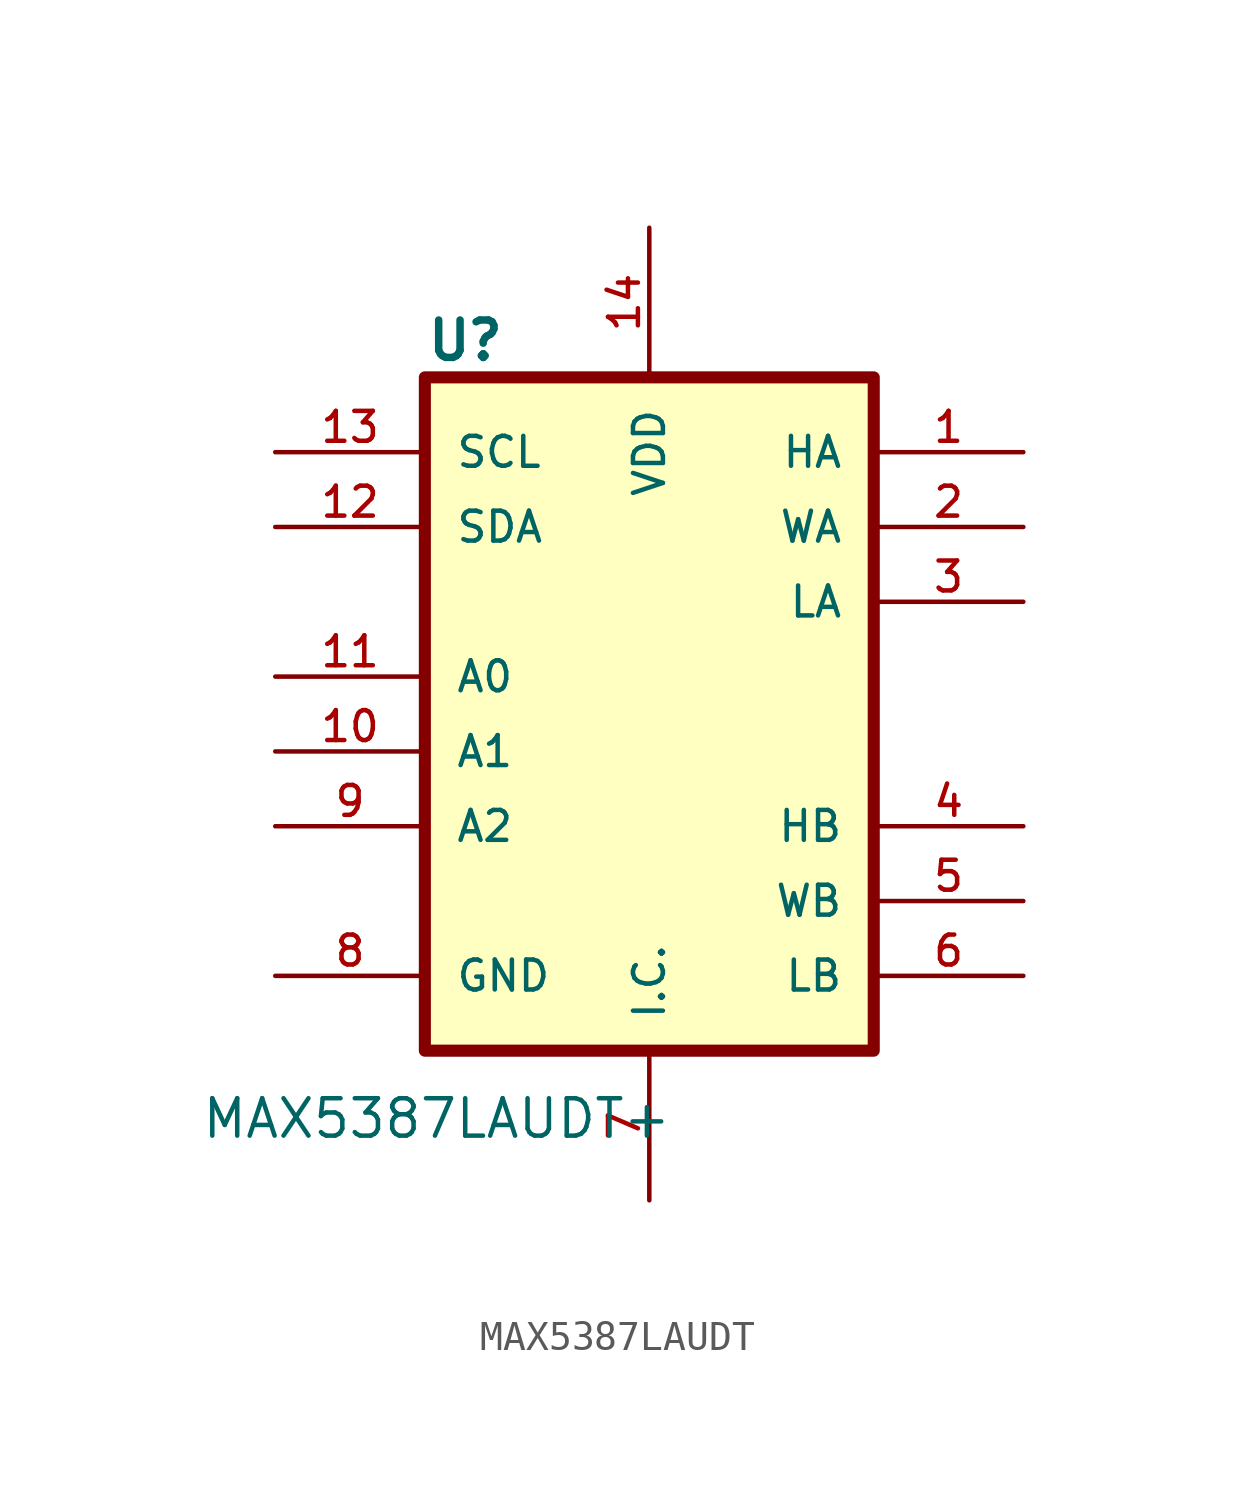
<source format=kicad_sym>
(kicad_symbol_lib
  (version 20220914)
  (generator kicad_symbol_editor)
  (symbol "MAX5387LAUDT"
    (pin_names
      (offset 1.016))
    (property "Reference" "U"
      (at -7.62 13.208 0)
      (do_not_autoplace)
      (effects (font (size 1.27 1.27) bold) (justify left bottom)))
    (property "Value" "MAX5387LAUDT+"
      (at -15.24 -13.208 0)
      (do_not_autoplace)
      (effects (font (size 1.27 1.27)) (justify left bottom)))
    (symbol "MAX5387LAUDT_0_0"
      (rectangle (start -7.62 12.7) (end 7.62 -10.16) (stroke (width 0.41) (type default)) (fill (type background)))
      (pin bidirectional line (at 12.7 10.16 180) (length 5.08) (name "HA" (effects (font (size 1.016 1.016)))) (number "1" (effects (font (size 1.016 1.016)))))
      (pin input line (at -12.7 0 0) (length 5.08) (name "A1" (effects (font (size 1.016 1.016)))) (number "10" (effects (font (size 1.016 1.016)))))
      (pin input line (at -12.7 2.54 0) (length 5.08) (name "A0" (effects (font (size 1.016 1.016)))) (number "11" (effects (font (size 1.016 1.016)))))
      (pin bidirectional line (at -12.7 7.62 0) (length 5.08) (name "SDA" (effects (font (size 1.016 1.016)))) (number "12" (effects (font (size 1.016 1.016)))))
      (pin input line (at -12.7 10.16 0) (length 5.08) (name "SCL" (effects (font (size 1.016 1.016)))) (number "13" (effects (font (size 1.016 1.016)))))
      (pin power_in line (at 0 17.78 270) (length 5.08) (name "VDD" (effects (font (size 1.016 1.016)))) (number "14" (effects (font (size 1.016 1.016)))))
      (pin bidirectional line (at 12.7 7.62 180) (length 5.08) (name "WA" (effects (font (size 1.016 1.016)))) (number "2" (effects (font (size 1.016 1.016)))))
      (pin bidirectional line (at 12.7 5.08 180) (length 5.08) (name "LA" (effects (font (size 1.016 1.016)))) (number "3" (effects (font (size 1.016 1.016)))))
      (pin bidirectional line (at 12.7 -2.54 180) (length 5.08) (name "HB" (effects (font (size 1.016 1.016)))) (number "4" (effects (font (size 1.016 1.016)))))
      (pin bidirectional line (at 12.7 -5.08 180) (length 5.08) (name "WB" (effects (font (size 1.016 1.016)))) (number "5" (effects (font (size 1.016 1.016)))))
      (pin bidirectional line (at 12.7 -7.62 180) (length 5.08) (name "LB" (effects (font (size 1.016 1.016)))) (number "6" (effects (font (size 1.016 1.016)))))
      (pin bidirectional line (at 0 -15.24 90) (length 5.08) (name "I.C." (effects (font (size 1.016 1.016)))) (number "7" (effects (font (size 1.016 1.016)))))
      (pin power_in line (at -12.7 -7.62 0) (length 5.08) (name "GND" (effects (font (size 1.016 1.016)))) (number "8" (effects (font (size 1.016 1.016)))))
      (pin input line (at -12.7 -2.54 0) (length 5.08) (name "A2" (effects (font (size 1.016 1.016)))) (number "9" (effects (font (size 1.016 1.016))))))))
</source>
